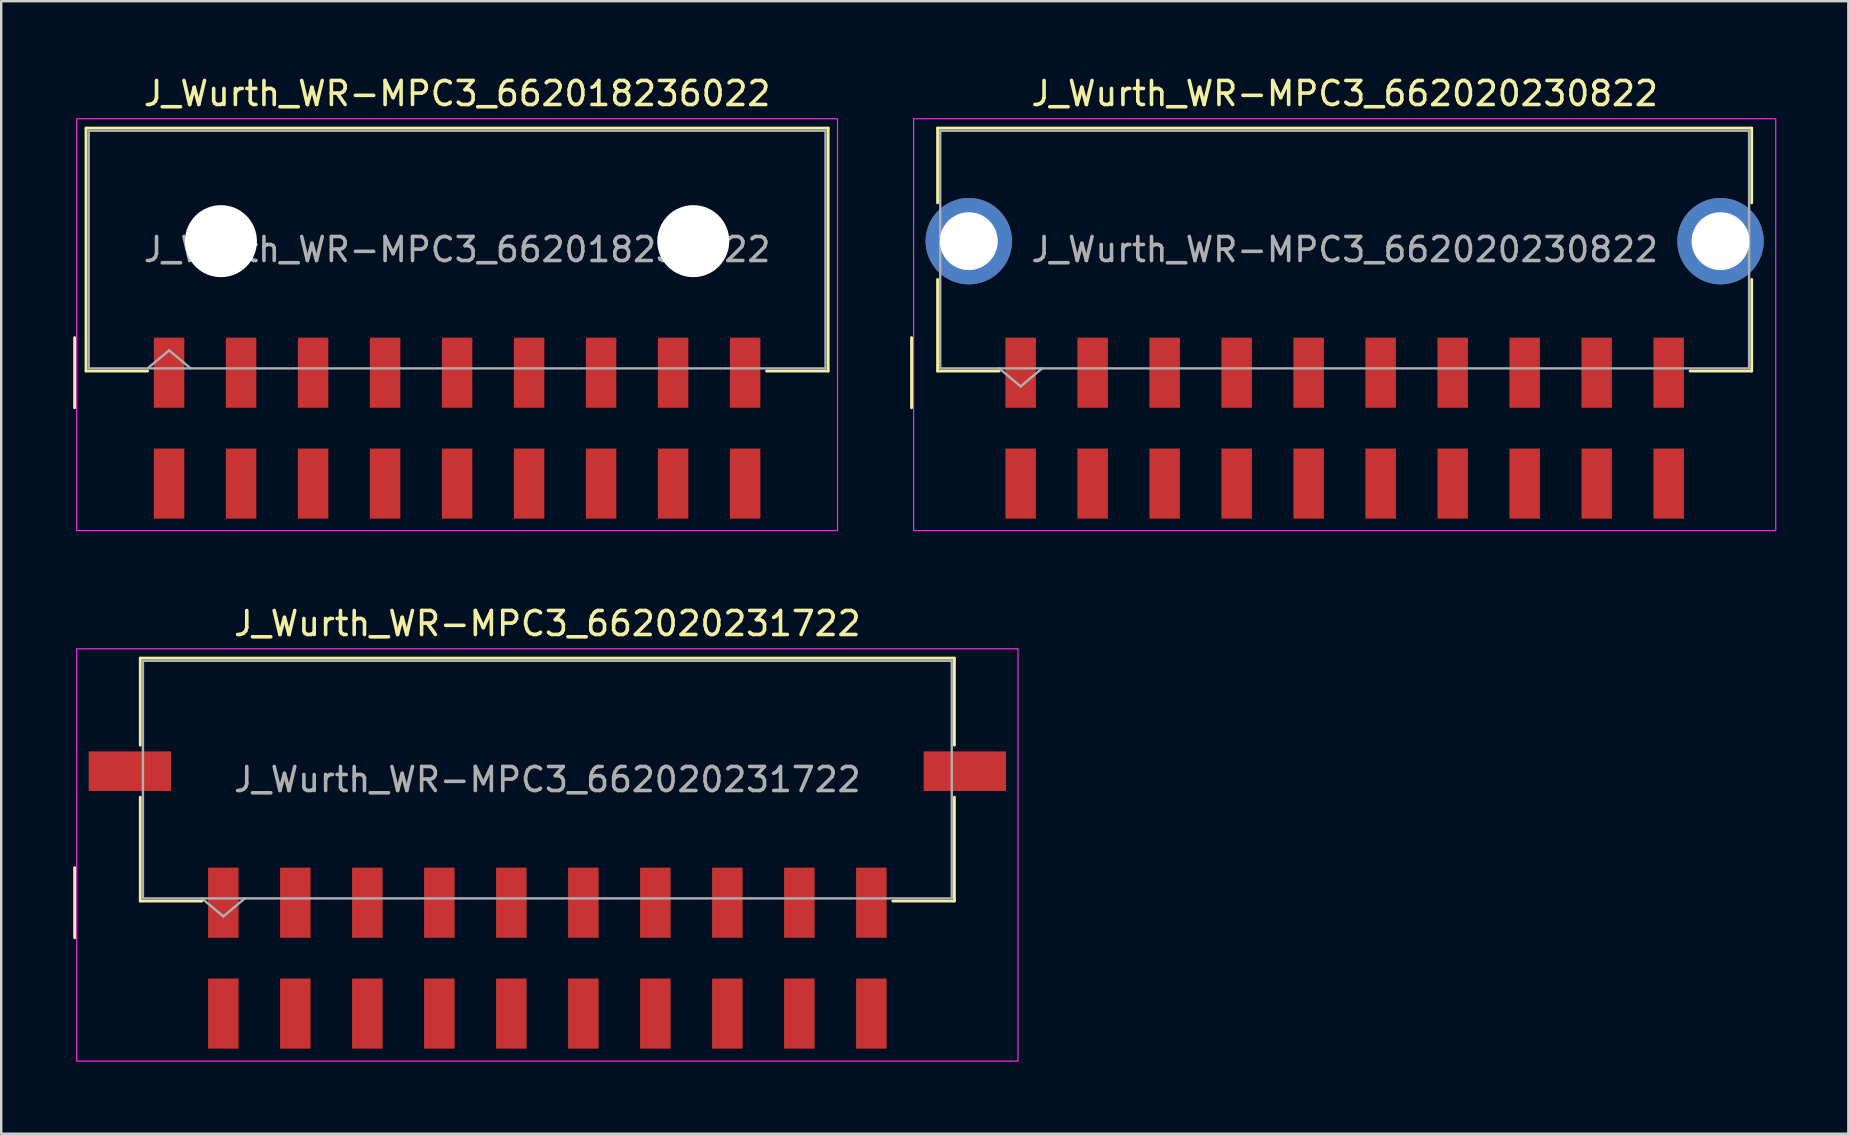
<source format=kicad_pcb>
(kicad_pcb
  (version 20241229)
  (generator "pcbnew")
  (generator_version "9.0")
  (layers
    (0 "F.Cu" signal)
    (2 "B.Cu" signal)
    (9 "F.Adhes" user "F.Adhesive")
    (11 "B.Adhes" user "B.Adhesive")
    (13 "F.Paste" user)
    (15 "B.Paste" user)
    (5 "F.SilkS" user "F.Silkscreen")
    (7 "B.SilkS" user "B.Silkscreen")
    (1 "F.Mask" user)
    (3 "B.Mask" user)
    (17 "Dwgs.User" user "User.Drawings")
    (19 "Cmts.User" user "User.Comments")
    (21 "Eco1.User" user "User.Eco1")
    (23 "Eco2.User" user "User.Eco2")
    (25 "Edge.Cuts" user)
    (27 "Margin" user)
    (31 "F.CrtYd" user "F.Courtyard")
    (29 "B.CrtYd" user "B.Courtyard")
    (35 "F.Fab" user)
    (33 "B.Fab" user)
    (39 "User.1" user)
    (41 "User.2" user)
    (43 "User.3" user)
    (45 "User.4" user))
  (footprint "J_Wurth_WR-MPC3_662020230822"
    (layer "F.Cu")
    (at 52.975 7.348)
    (property "Reference" "J_Wurth_WR-MPC3_662020230822" (at 0 -6.5 0) (unlocked yes) (layer "F.SilkS") (effects (font (size 1 1) (thickness 0.15))))
    (attr smd)
    (fp_line (start -18.045 6.59) (end -18.045 3.67) (stroke (width 0.12) (type solid)) (layer "F.SilkS"))
    (fp_line (start -16.96 -5.06) (end 16.96 -5.06) (stroke (width 0.12) (type solid)) (layer "F.SilkS"))
    (fp_line (start -16.96 -1.948) (end -16.96 -5.06) (stroke (width 0.12) (type solid)) (layer "F.SilkS"))
    (fp_line (start -16.96 1.248) (end -16.96 5.06) (stroke (width 0.12) (type solid)) (layer "F.SilkS"))
    (fp_line (start -14.395 5.06) (end -16.96 5.06) (stroke (width 0.12) (type solid)) (layer "F.SilkS"))
    (fp_line (start 14.395 5.06) (end 16.96 5.06) (stroke (width 0.12) (type solid)) (layer "F.SilkS"))
    (fp_line (start 16.96 -1.948) (end 16.96 -5.06) (stroke (width 0.12) (type solid)) (layer "F.SilkS"))
    (fp_line (start 16.96 1.248) (end 16.96 5.06) (stroke (width 0.12) (type solid)) (layer "F.SilkS"))
    (fp_rect (start -17.96 -5.45) (end 17.96 11.71) (stroke (width 0.05) (type solid)) (fill no) (layer "F.CrtYd"))
    (fp_line (start -13.5 5.7) (end -14.395 4.95) (stroke (width 0.1) (type solid)) (layer "F.Fab"))
    (fp_line (start -13.5 5.7) (end -12.605 4.95) (stroke (width 0.1) (type solid)) (layer "F.Fab"))
    (fp_rect (start -16.85 -4.95) (end 16.85 4.95) (stroke (width 0.1) (type solid)) (fill no) (layer "F.Fab"))
    (fp_text user "${REFERENCE}" (at 0 0 0) (unlocked yes) (layer "F.Fab") (effects (font (size 1 1) (thickness 0.15))))
    (pad "1" smd rect (at -13.5 5.13 270) (size 2.92 1.27) (layers "F.Cu" "F.Mask" "F.Paste"))
    (pad "2" smd rect (at -10.5 5.13 270) (size 2.92 1.27) (layers "F.Cu" "F.Mask" "F.Paste"))
    (pad "3" smd rect (at -7.5 5.13 270) (size 2.92 1.27) (layers "F.Cu" "F.Mask" "F.Paste"))
    (pad "4" smd rect (at -4.5 5.13 270) (size 2.92 1.27) (layers "F.Cu" "F.Mask" "F.Paste"))
    (pad "5" smd rect (at -1.5 5.13 270) (size 2.92 1.27) (layers "F.Cu" "F.Mask" "F.Paste"))
    (pad "6" smd rect (at 1.5 5.13 270) (size 2.92 1.27) (layers "F.Cu" "F.Mask" "F.Paste"))
    (pad "7" smd rect (at 4.5 5.13 270) (size 2.92 1.27) (layers "F.Cu" "F.Mask" "F.Paste"))
    (pad "8" smd rect (at 7.5 5.13 270) (size 2.92 1.27) (layers "F.Cu" "F.Mask" "F.Paste"))
    (pad "9" smd rect (at 10.5 5.13 270) (size 2.92 1.27) (layers "F.Cu" "F.Mask" "F.Paste"))
    (pad "10" smd rect (at 13.5 5.13 270) (size 2.92 1.27) (layers "F.Cu" "F.Mask" "F.Paste"))
    (pad "11" smd rect (at -13.5 9.75 270) (size 2.92 1.27) (layers "F.Cu" "F.Mask" "F.Paste"))
    (pad "12" smd rect (at -10.5 9.75 270) (size 2.92 1.27) (layers "F.Cu" "F.Mask" "F.Paste"))
    (pad "13" smd rect (at -7.5 9.75 270) (size 2.92 1.27) (layers "F.Cu" "F.Mask" "F.Paste"))
    (pad "14" smd rect (at -4.5 9.75 270) (size 2.92 1.27) (layers "F.Cu" "F.Mask" "F.Paste"))
    (pad "15" smd rect (at -1.5 9.75 270) (size 2.92 1.27) (layers "F.Cu" "F.Mask" "F.Paste"))
    (pad "16" smd rect (at 1.5 9.75 270) (size 2.92 1.27) (layers "F.Cu" "F.Mask" "F.Paste"))
    (pad "17" smd rect (at 4.5 9.75 270) (size 2.92 1.27) (layers "F.Cu" "F.Mask" "F.Paste"))
    (pad "18" smd rect (at 7.5 9.75 270) (size 2.92 1.27) (layers "F.Cu" "F.Mask" "F.Paste"))
    (pad "19" smd rect (at 10.5 9.75 270) (size 2.92 1.27) (layers "F.Cu" "F.Mask" "F.Paste"))
    (pad "20" smd rect (at 13.5 9.75 270) (size 2.92 1.27) (layers "F.Cu" "F.Mask" "F.Paste"))
    (pad "Z1" thru_hole circle (at 15.66 -0.35 180) (size 3.6 3.6) (drill 2.41) (layers "*.Cu" "*.Mask"))
    (pad "Z2" thru_hole circle (at -15.66 -0.35 180) (size 3.6 3.6) (drill 2.41) (layers "*.Cu" "*.Mask")))
  (footprint "J_Wurth_WR-MPC3_662018236022"
    (layer "F.Cu")
    (at 15.995 7.348)
    (property "Reference" "J_Wurth_WR-MPC3_662018236022" (at 0 -6.5 0) (unlocked yes) (layer "F.SilkS") (effects (font (size 1 1) (thickness 0.15))))
    (attr smd)
    (fp_line (start -15.935 3.67) (end -15.935 6.59) (stroke (width 0.12) (type solid)) (layer "F.SilkS"))
    (fp_line (start -15.46 -5.06) (end 15.46 -5.06) (stroke (width 0.12) (type default)) (layer "F.SilkS"))
    (fp_line (start -15.46 5.06) (end -15.46 -5.06) (stroke (width 0.12) (type default)) (layer "F.SilkS"))
    (fp_line (start -12.895 5.06) (end -15.46 5.06) (stroke (width 0.12) (type solid)) (layer "F.SilkS"))
    (fp_line (start 15.46 -5.06) (end 15.46 5.06) (stroke (width 0.12) (type default)) (layer "F.SilkS"))
    (fp_line (start 15.46 5.06) (end 12.895 5.06) (stroke (width 0.12) (type solid)) (layer "F.SilkS"))
    (fp_rect (start -15.85 -5.45) (end 15.85 11.71) (stroke (width 0.05) (type solid)) (fill no) (layer "F.CrtYd"))
    (fp_line (start -12 4.2) (end -12.895 4.95) (stroke (width 0.1) (type solid)) (layer "F.Fab"))
    (fp_line (start -12 4.2) (end -11.105 4.95) (stroke (width 0.1) (type solid)) (layer "F.Fab"))
    (fp_rect (start -15.35 -4.95) (end 15.35 4.95) (stroke (width 0.1) (type solid)) (fill no) (layer "F.Fab"))
    (fp_text user "${REFERENCE}" (at 0 0 0) (unlocked yes) (layer "F.Fab") (effects (font (size 1 1) (thickness 0.15))))
    (pad "" np_thru_hole circle (at -9.84 -0.35 180) (size 3 3) (drill 3) (layers "*.Cu" "*.Mask"))
    (pad "" np_thru_hole circle (at 9.84 -0.35 180) (size 3 3) (drill 3) (layers "*.Cu" "*.Mask"))
    (pad "1" smd rect (at -12 5.13 180) (size 1.27 2.92) (layers "F.Cu" "F.Mask" "F.Paste"))
    (pad "2" smd rect (at -9 5.13 180) (size 1.27 2.92) (layers "F.Cu" "F.Mask" "F.Paste"))
    (pad "3" smd rect (at -6 5.13 180) (size 1.27 2.92) (layers "F.Cu" "F.Mask" "F.Paste"))
    (pad "4" smd rect (at -3 5.13 180) (size 1.27 2.92) (layers "F.Cu" "F.Mask" "F.Paste"))
    (pad "5" smd rect (at 0 5.13 180) (size 1.27 2.92) (layers "F.Cu" "F.Mask" "F.Paste"))
    (pad "6" smd rect (at 3 5.13 180) (size 1.27 2.92) (layers "F.Cu" "F.Mask" "F.Paste"))
    (pad "7" smd rect (at 6 5.13 180) (size 1.27 2.92) (layers "F.Cu" "F.Mask" "F.Paste"))
    (pad "8" smd rect (at 9 5.13 180) (size 1.27 2.92) (layers "F.Cu" "F.Mask" "F.Paste"))
    (pad "9" smd rect (at 12 5.13 180) (size 1.27 2.92) (layers "F.Cu" "F.Mask" "F.Paste"))
    (pad "10" smd rect (at -12 9.75 180) (size 1.27 2.92) (layers "F.Cu" "F.Mask" "F.Paste"))
    (pad "11" smd rect (at -9 9.75 180) (size 1.27 2.92) (layers "F.Cu" "F.Mask" "F.Paste"))
    (pad "12" smd rect (at -6 9.75 180) (size 1.27 2.92) (layers "F.Cu" "F.Mask" "F.Paste"))
    (pad "13" smd rect (at -3 9.75 180) (size 1.27 2.92) (layers "F.Cu" "F.Mask" "F.Paste"))
    (pad "14" smd rect (at 0 9.75 180) (size 1.27 2.92) (layers "F.Cu" "F.Mask" "F.Paste"))
    (pad "15" smd rect (at 3 9.75 180) (size 1.27 2.92) (layers "F.Cu" "F.Mask" "F.Paste"))
    (pad "16" smd rect (at 6 9.75 180) (size 1.27 2.92) (layers "F.Cu" "F.Mask" "F.Paste"))
    (pad "17" smd rect (at 9 9.75 180) (size 1.27 2.92) (layers "F.Cu" "F.Mask" "F.Paste"))
    (pad "18" smd rect (at 12 9.75 180) (size 1.27 2.92) (layers "F.Cu" "F.Mask" "F.Paste")))
  (footprint "J_Wurth_WR-MPC3_662020231722"
    (layer "F.Cu")
    (at 19.755 29.431)
    (property "Reference" "J_Wurth_WR-MPC3_662020231722" (at 0 -6.5 0) (unlocked yes) (layer "F.SilkS") (effects (font (size 1 1) (thickness 0.15))))
    (attr smd)
    (fp_line (start -19.695 6.59) (end -19.695 3.67) (stroke (width 0.12) (type solid)) (layer "F.SilkS"))
    (fp_line (start -16.96 -5.06) (end -16.96 -1.435) (stroke (width 0.12) (type solid)) (layer "F.SilkS"))
    (fp_line (start -16.96 -5.06) (end 16.96 -5.06) (stroke (width 0.12) (type default)) (layer "F.SilkS"))
    (fp_line (start -16.96 0.735) (end -16.96 5.06) (stroke (width 0.12) (type solid)) (layer "F.SilkS"))
    (fp_line (start -14.395 5.06) (end -16.96 5.06) (stroke (width 0.12) (type solid)) (layer "F.SilkS"))
    (fp_line (start 16.96 -5.06) (end 16.96 -1.435) (stroke (width 0.12) (type solid)) (layer "F.SilkS"))
    (fp_line (start 16.96 0.735) (end 16.96 5.06) (stroke (width 0.12) (type solid)) (layer "F.SilkS"))
    (fp_line (start 16.96 5.06) (end 14.395 5.06) (stroke (width 0.12) (type solid)) (layer "F.SilkS"))
    (fp_rect (start -19.61 -5.45) (end 19.61 11.73) (stroke (width 0.05) (type solid)) (fill no) (layer "F.CrtYd"))
    (fp_line (start -13.5 5.7) (end -14.395 4.95) (stroke (width 0.1) (type solid)) (layer "F.Fab"))
    (fp_line (start -13.5 5.7) (end -12.605 4.95) (stroke (width 0.1) (type solid)) (layer "F.Fab"))
    (fp_rect (start -16.85 -4.95) (end 16.85 4.95) (stroke (width 0.1) (type solid)) (fill no) (layer "F.Fab"))
    (fp_text user "${REFERENCE}" (at 0 0 0) (unlocked yes) (layer "F.Fab") (effects (font (size 1 1) (thickness 0.15))))
    (pad "1" smd rect (at -13.5 5.13 180) (size 1.27 2.92) (layers "F.Cu" "F.Mask" "F.Paste"))
    (pad "2" smd rect (at -10.5 5.13 180) (size 1.27 2.92) (layers "F.Cu" "F.Mask" "F.Paste"))
    (pad "3" smd rect (at -7.5 5.13 180) (size 1.27 2.92) (layers "F.Cu" "F.Mask" "F.Paste"))
    (pad "4" smd rect (at -4.5 5.13 180) (size 1.27 2.92) (layers "F.Cu" "F.Mask" "F.Paste"))
    (pad "5" smd rect (at -1.5 5.13 180) (size 1.27 2.92) (layers "F.Cu" "F.Mask" "F.Paste"))
    (pad "6" smd rect (at 1.5 5.13 180) (size 1.27 2.92) (layers "F.Cu" "F.Mask" "F.Paste"))
    (pad "7" smd rect (at 4.5 5.13 180) (size 1.27 2.92) (layers "F.Cu" "F.Mask" "F.Paste"))
    (pad "8" smd rect (at 7.5 5.13 180) (size 1.27 2.92) (layers "F.Cu" "F.Mask" "F.Paste"))
    (pad "9" smd rect (at 10.5 5.13 180) (size 1.27 2.92) (layers "F.Cu" "F.Mask" "F.Paste"))
    (pad "10" smd rect (at 13.5 5.13 180) (size 1.27 2.92) (layers "F.Cu" "F.Mask" "F.Paste"))
    (pad "11" smd rect (at -13.5 9.75 180) (size 1.27 2.92) (layers "F.Cu" "F.Mask" "F.Paste"))
    (pad "12" smd rect (at -10.5 9.75 180) (size 1.27 2.92) (layers "F.Cu" "F.Mask" "F.Paste"))
    (pad "13" smd rect (at -7.5 9.75 180) (size 1.27 2.92) (layers "F.Cu" "F.Mask" "F.Paste"))
    (pad "14" smd rect (at -4.5 9.75 180) (size 1.27 2.92) (layers "F.Cu" "F.Mask" "F.Paste"))
    (pad "15" smd rect (at -1.5 9.75 180) (size 1.27 2.92) (layers "F.Cu" "F.Mask" "F.Paste"))
    (pad "16" smd rect (at 1.5 9.75 180) (size 1.27 2.92) (layers "F.Cu" "F.Mask" "F.Paste"))
    (pad "17" smd rect (at 4.5 9.75 180) (size 1.27 2.92) (layers "F.Cu" "F.Mask" "F.Paste"))
    (pad "18" smd rect (at 7.5 9.75 180) (size 1.27 2.92) (layers "F.Cu" "F.Mask" "F.Paste"))
    (pad "19" smd rect (at 10.5 9.75 180) (size 1.27 2.92) (layers "F.Cu" "F.Mask" "F.Paste"))
    (pad "20" smd rect (at 13.5 9.75 180) (size 1.27 2.92) (layers "F.Cu" "F.Mask" "F.Paste"))
    (pad "MP1" smd rect (at 17.395 -0.35 180) (size 3.43 1.65) (layers "F.Cu" "F.Mask" "F.Paste"))
    (pad "MP2" smd rect (at -17.395 -0.35 180) (size 3.43 1.65) (layers "F.Cu" "F.Mask" "F.Paste")))
  (gr_rect
    (start -3 -3)
    (end 73.96 44.187)
    (stroke (width 0.1) (type default))
    (fill no)
    (layer "Edge.Cuts")))
</source>
